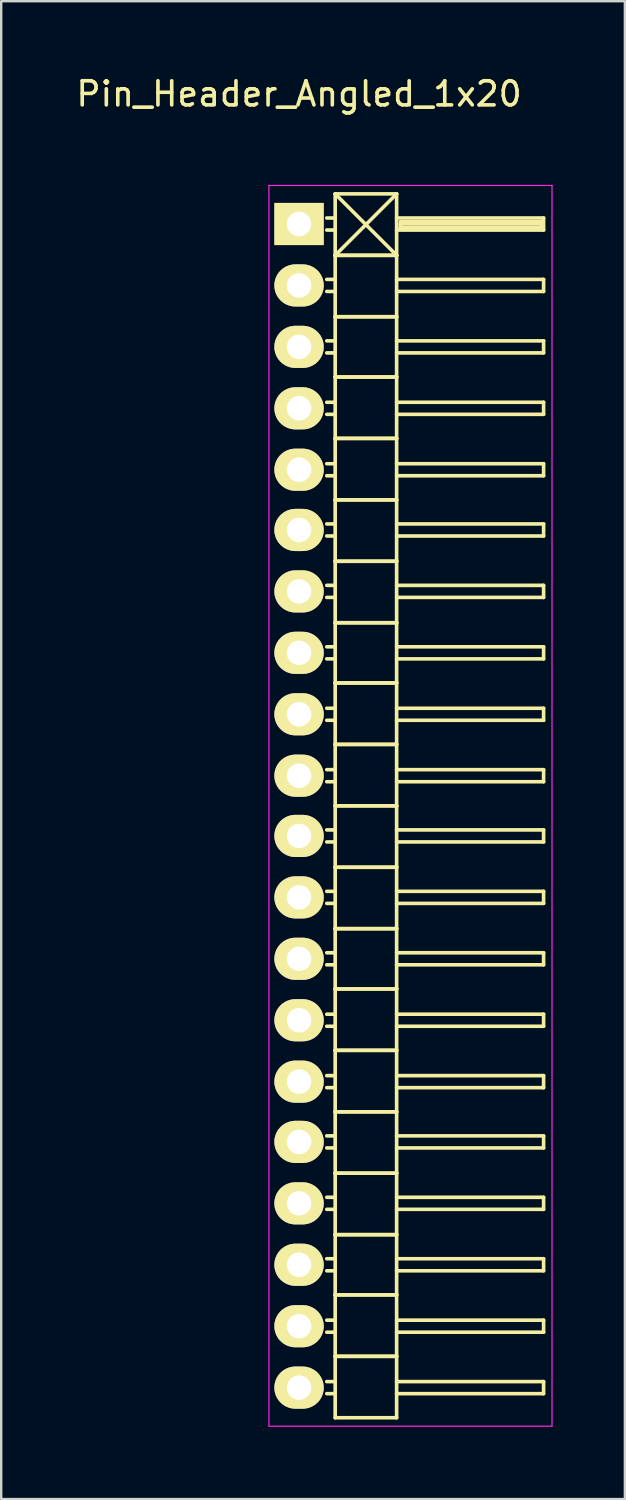
<source format=kicad_pcb>
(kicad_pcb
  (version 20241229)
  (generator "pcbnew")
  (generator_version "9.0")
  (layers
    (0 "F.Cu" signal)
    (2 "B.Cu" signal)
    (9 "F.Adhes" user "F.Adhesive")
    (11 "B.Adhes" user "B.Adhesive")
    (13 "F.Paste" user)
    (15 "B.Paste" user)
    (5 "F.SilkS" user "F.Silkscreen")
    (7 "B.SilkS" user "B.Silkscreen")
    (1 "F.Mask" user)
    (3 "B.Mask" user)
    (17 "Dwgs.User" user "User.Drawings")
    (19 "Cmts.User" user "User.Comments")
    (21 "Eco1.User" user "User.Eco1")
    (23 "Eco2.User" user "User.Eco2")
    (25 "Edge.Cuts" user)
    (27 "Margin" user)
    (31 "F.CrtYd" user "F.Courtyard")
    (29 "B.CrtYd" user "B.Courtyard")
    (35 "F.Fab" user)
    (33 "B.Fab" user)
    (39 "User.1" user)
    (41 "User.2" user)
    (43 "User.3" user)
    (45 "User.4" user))
  (footprint "Pin_Header_Angled_1x20"
    (layer "F.Cu")
    (at 9.363 6.248)
    (property "Reference" "Pin_Header_Angled_1x20" (at 0 -5.4 0) (layer "F.SilkS") (effects (font (size 1 1) (thickness 0.15))))
    (attr through_hole)
    (fp_line (start 1.5 -1.25) (end 1.5 1.3) (stroke (width 0.15) (type solid)) (layer "F.SilkS"))
    (fp_line (start 1.5 -1.25) (end 4.05 -1.25) (stroke (width 0.15) (type solid)) (layer "F.SilkS"))
    (fp_line (start 1.5 -0.25) (end 1.15 -0.25) (stroke (width 0.15) (type solid)) (layer "F.SilkS"))
    (fp_line (start 1.5 0.25) (end 1.15 0.25) (stroke (width 0.15) (type solid)) (layer "F.SilkS"))
    (fp_line (start 1.5 1.3) (end 1.5 3.85) (stroke (width 0.15) (type solid)) (layer "F.SilkS"))
    (fp_line (start 1.5 1.3) (end 4.05 1.3) (stroke (width 0.15) (type solid)) (layer "F.SilkS"))
    (fp_line (start 1.5 1.3) (end 4.05 1.3) (stroke (width 0.15) (type solid)) (layer "F.SilkS"))
    (fp_line (start 1.5 2.3) (end 1.15 2.3) (stroke (width 0.15) (type solid)) (layer "F.SilkS"))
    (fp_line (start 1.5 2.8) (end 1.15 2.8) (stroke (width 0.15) (type solid)) (layer "F.SilkS"))
    (fp_line (start 1.5 3.85) (end 1.5 6.35) (stroke (width 0.15) (type solid)) (layer "F.SilkS"))
    (fp_line (start 1.5 3.85) (end 4.05 3.85) (stroke (width 0.15) (type solid)) (layer "F.SilkS"))
    (fp_line (start 1.5 3.85) (end 4.05 3.85) (stroke (width 0.15) (type solid)) (layer "F.SilkS"))
    (fp_line (start 1.5 4.85) (end 1.15 4.85) (stroke (width 0.15) (type solid)) (layer "F.SilkS"))
    (fp_line (start 1.5 5.35) (end 1.15 5.35) (stroke (width 0.15) (type solid)) (layer "F.SilkS"))
    (fp_line (start 1.5 6.35) (end 1.5 8.9) (stroke (width 0.15) (type solid)) (layer "F.SilkS"))
    (fp_line (start 1.5 6.35) (end 4.05 6.35) (stroke (width 0.15) (type solid)) (layer "F.SilkS"))
    (fp_line (start 1.5 6.35) (end 4.05 6.35) (stroke (width 0.15) (type solid)) (layer "F.SilkS"))
    (fp_line (start 1.5 7.4) (end 1.15 7.4) (stroke (width 0.15) (type solid)) (layer "F.SilkS"))
    (fp_line (start 1.5 7.9) (end 1.15 7.9) (stroke (width 0.15) (type solid)) (layer "F.SilkS"))
    (fp_line (start 1.5 8.9) (end 1.5 11.45) (stroke (width 0.15) (type solid)) (layer "F.SilkS"))
    (fp_line (start 1.5 8.9) (end 4.05 8.9) (stroke (width 0.15) (type solid)) (layer "F.SilkS"))
    (fp_line (start 1.5 8.9) (end 4.05 8.9) (stroke (width 0.15) (type solid)) (layer "F.SilkS"))
    (fp_line (start 1.5 9.95) (end 1.15 9.95) (stroke (width 0.15) (type solid)) (layer "F.SilkS"))
    (fp_line (start 1.5 10.45) (end 1.15 10.45) (stroke (width 0.15) (type solid)) (layer "F.SilkS"))
    (fp_line (start 1.5 11.45) (end 1.5 14) (stroke (width 0.15) (type solid)) (layer "F.SilkS"))
    (fp_line (start 1.5 11.45) (end 4.05 11.45) (stroke (width 0.15) (type solid)) (layer "F.SilkS"))
    (fp_line (start 1.5 11.45) (end 4.05 11.45) (stroke (width 0.15) (type solid)) (layer "F.SilkS"))
    (fp_line (start 1.5 12.45) (end 1.15 12.45) (stroke (width 0.15) (type solid)) (layer "F.SilkS"))
    (fp_line (start 1.5 12.95) (end 1.15 12.95) (stroke (width 0.15) (type solid)) (layer "F.SilkS"))
    (fp_line (start 1.5 14) (end 1.5 16.55) (stroke (width 0.15) (type solid)) (layer "F.SilkS"))
    (fp_line (start 1.5 14) (end 4.05 14) (stroke (width 0.15) (type solid)) (layer "F.SilkS"))
    (fp_line (start 1.5 14) (end 4.05 14) (stroke (width 0.15) (type solid)) (layer "F.SilkS"))
    (fp_line (start 1.5 15) (end 1.15 15) (stroke (width 0.15) (type solid)) (layer "F.SilkS"))
    (fp_line (start 1.5 15.5) (end 1.15 15.5) (stroke (width 0.15) (type solid)) (layer "F.SilkS"))
    (fp_line (start 1.5 16.55) (end 1.5 19.05) (stroke (width 0.15) (type solid)) (layer "F.SilkS"))
    (fp_line (start 1.5 16.55) (end 4.05 16.55) (stroke (width 0.15) (type solid)) (layer "F.SilkS"))
    (fp_line (start 1.5 16.55) (end 4.05 16.55) (stroke (width 0.15) (type solid)) (layer "F.SilkS"))
    (fp_line (start 1.5 17.55) (end 1.15 17.55) (stroke (width 0.15) (type solid)) (layer "F.SilkS"))
    (fp_line (start 1.5 18.05) (end 1.15 18.05) (stroke (width 0.15) (type solid)) (layer "F.SilkS"))
    (fp_line (start 1.5 19.05) (end 1.5 21.6) (stroke (width 0.15) (type solid)) (layer "F.SilkS"))
    (fp_line (start 1.5 19.05) (end 4.05 19.05) (stroke (width 0.15) (type solid)) (layer "F.SilkS"))
    (fp_line (start 1.5 19.05) (end 4.05 19.05) (stroke (width 0.15) (type solid)) (layer "F.SilkS"))
    (fp_line (start 1.5 20.1) (end 1.15 20.1) (stroke (width 0.15) (type solid)) (layer "F.SilkS"))
    (fp_line (start 1.5 20.6) (end 1.15 20.6) (stroke (width 0.15) (type solid)) (layer "F.SilkS"))
    (fp_line (start 1.5 21.6) (end 1.5 24.15) (stroke (width 0.15) (type solid)) (layer "F.SilkS"))
    (fp_line (start 1.5 21.6) (end 4.05 21.6) (stroke (width 0.15) (type solid)) (layer "F.SilkS"))
    (fp_line (start 1.5 21.6) (end 4.05 21.6) (stroke (width 0.15) (type solid)) (layer "F.SilkS"))
    (fp_line (start 1.5 22.65) (end 1.15 22.65) (stroke (width 0.15) (type solid)) (layer "F.SilkS"))
    (fp_line (start 1.5 23.15) (end 1.15 23.15) (stroke (width 0.15) (type solid)) (layer "F.SilkS"))
    (fp_line (start 1.5 24.15) (end 1.5 26.7) (stroke (width 0.15) (type solid)) (layer "F.SilkS"))
    (fp_line (start 1.5 24.15) (end 4.05 24.15) (stroke (width 0.15) (type solid)) (layer "F.SilkS"))
    (fp_line (start 1.5 24.15) (end 4.05 24.15) (stroke (width 0.15) (type solid)) (layer "F.SilkS"))
    (fp_line (start 1.5 25.15) (end 1.15 25.15) (stroke (width 0.15) (type solid)) (layer "F.SilkS"))
    (fp_line (start 1.5 25.65) (end 1.15 25.65) (stroke (width 0.15) (type solid)) (layer "F.SilkS"))
    (fp_line (start 1.5 26.7) (end 1.5 29.25) (stroke (width 0.15) (type solid)) (layer "F.SilkS"))
    (fp_line (start 1.5 26.7) (end 4.05 26.7) (stroke (width 0.15) (type solid)) (layer "F.SilkS"))
    (fp_line (start 1.5 26.7) (end 4.05 26.7) (stroke (width 0.15) (type solid)) (layer "F.SilkS"))
    (fp_line (start 1.5 27.7) (end 1.15 27.7) (stroke (width 0.15) (type solid)) (layer "F.SilkS"))
    (fp_line (start 1.5 28.2) (end 1.15 28.2) (stroke (width 0.15) (type solid)) (layer "F.SilkS"))
    (fp_line (start 1.5 29.25) (end 1.5 31.75) (stroke (width 0.15) (type solid)) (layer "F.SilkS"))
    (fp_line (start 1.5 29.25) (end 4.05 29.25) (stroke (width 0.15) (type solid)) (layer "F.SilkS"))
    (fp_line (start 1.5 29.25) (end 4.05 29.25) (stroke (width 0.15) (type solid)) (layer "F.SilkS"))
    (fp_line (start 1.5 30.25) (end 1.15 30.25) (stroke (width 0.15) (type solid)) (layer "F.SilkS"))
    (fp_line (start 1.5 30.75) (end 1.15 30.75) (stroke (width 0.15) (type solid)) (layer "F.SilkS"))
    (fp_line (start 1.5 31.75) (end 1.5 34.3) (stroke (width 0.15) (type solid)) (layer "F.SilkS"))
    (fp_line (start 1.5 31.75) (end 4.05 31.75) (stroke (width 0.15) (type solid)) (layer "F.SilkS"))
    (fp_line (start 1.5 31.75) (end 4.05 31.75) (stroke (width 0.15) (type solid)) (layer "F.SilkS"))
    (fp_line (start 1.5 32.8) (end 1.15 32.8) (stroke (width 0.15) (type solid)) (layer "F.SilkS"))
    (fp_line (start 1.5 33.3) (end 1.15 33.3) (stroke (width 0.15) (type solid)) (layer "F.SilkS"))
    (fp_line (start 1.5 34.3) (end 1.5 36.85) (stroke (width 0.15) (type solid)) (layer "F.SilkS"))
    (fp_line (start 1.5 34.3) (end 4.05 34.3) (stroke (width 0.15) (type solid)) (layer "F.SilkS"))
    (fp_line (start 1.5 34.3) (end 4.05 34.3) (stroke (width 0.15) (type solid)) (layer "F.SilkS"))
    (fp_line (start 1.5 35.35) (end 1.15 35.35) (stroke (width 0.15) (type solid)) (layer "F.SilkS"))
    (fp_line (start 1.5 35.85) (end 1.15 35.85) (stroke (width 0.15) (type solid)) (layer "F.SilkS"))
    (fp_line (start 1.5 36.85) (end 1.5 39.4) (stroke (width 0.15) (type solid)) (layer "F.SilkS"))
    (fp_line (start 1.5 36.85) (end 4.05 36.85) (stroke (width 0.15) (type solid)) (layer "F.SilkS"))
    (fp_line (start 1.5 36.85) (end 4.05 36.85) (stroke (width 0.15) (type solid)) (layer "F.SilkS"))
    (fp_line (start 1.5 37.85) (end 1.15 37.85) (stroke (width 0.15) (type solid)) (layer "F.SilkS"))
    (fp_line (start 1.5 38.35) (end 1.15 38.35) (stroke (width 0.15) (type solid)) (layer "F.SilkS"))
    (fp_line (start 1.5 39.4) (end 1.5 41.95) (stroke (width 0.15) (type solid)) (layer "F.SilkS"))
    (fp_line (start 1.5 39.4) (end 4.05 39.4) (stroke (width 0.15) (type solid)) (layer "F.SilkS"))
    (fp_line (start 1.5 39.4) (end 4.05 39.4) (stroke (width 0.15) (type solid)) (layer "F.SilkS"))
    (fp_line (start 1.5 40.4) (end 1.15 40.4) (stroke (width 0.15) (type solid)) (layer "F.SilkS"))
    (fp_line (start 1.5 40.9) (end 1.15 40.9) (stroke (width 0.15) (type solid)) (layer "F.SilkS"))
    (fp_line (start 1.5 41.95) (end 1.5 44.45) (stroke (width 0.15) (type solid)) (layer "F.SilkS"))
    (fp_line (start 1.5 41.95) (end 4.05 41.95) (stroke (width 0.15) (type solid)) (layer "F.SilkS"))
    (fp_line (start 1.5 41.95) (end 4.05 41.95) (stroke (width 0.15) (type solid)) (layer "F.SilkS"))
    (fp_line (start 1.5 42.95) (end 1.15 42.95) (stroke (width 0.15) (type solid)) (layer "F.SilkS"))
    (fp_line (start 1.5 43.45) (end 1.15 43.45) (stroke (width 0.15) (type solid)) (layer "F.SilkS"))
    (fp_line (start 1.5 44.45) (end 1.5 47) (stroke (width 0.15) (type solid)) (layer "F.SilkS"))
    (fp_line (start 1.5 44.45) (end 4.05 44.45) (stroke (width 0.15) (type solid)) (layer "F.SilkS"))
    (fp_line (start 1.5 44.45) (end 4.05 44.45) (stroke (width 0.15) (type solid)) (layer "F.SilkS"))
    (fp_line (start 1.5 45.5) (end 1.15 45.5) (stroke (width 0.15) (type solid)) (layer "F.SilkS"))
    (fp_line (start 1.5 46) (end 1.15 46) (stroke (width 0.15) (type solid)) (layer "F.SilkS"))
    (fp_line (start 1.5 47) (end 1.5 49.55) (stroke (width 0.15) (type solid)) (layer "F.SilkS"))
    (fp_line (start 1.5 47) (end 4.05 47) (stroke (width 0.15) (type solid)) (layer "F.SilkS"))
    (fp_line (start 1.5 47) (end 4.05 47) (stroke (width 0.15) (type solid)) (layer "F.SilkS"))
    (fp_line (start 1.5 48.05) (end 1.15 48.05) (stroke (width 0.15) (type solid)) (layer "F.SilkS"))
    (fp_line (start 1.5 48.55) (end 1.15 48.55) (stroke (width 0.15) (type solid)) (layer "F.SilkS"))
    (fp_line (start 1.5 49.55) (end 4.05 49.55) (stroke (width 0.15) (type solid)) (layer "F.SilkS"))
    (fp_line (start 4.05 -1.25) (end 1.5 1.3) (stroke (width 0.15) (type solid)) (layer "F.SilkS"))
    (fp_line (start 4.05 -0.25) (end 10.15 -0.25) (stroke (width 0.15) (type solid)) (layer "F.SilkS"))
    (fp_line (start 4.05 1.3) (end 1.5 -1.25) (stroke (width 0.15) (type solid)) (layer "F.SilkS"))
    (fp_line (start 4.05 1.3) (end 4.05 -1.25) (stroke (width 0.15) (type solid)) (layer "F.SilkS"))
    (fp_line (start 4.05 2.3) (end 10.15 2.3) (stroke (width 0.15) (type solid)) (layer "F.SilkS"))
    (fp_line (start 4.05 3.85) (end 4.05 1.3) (stroke (width 0.15) (type solid)) (layer "F.SilkS"))
    (fp_line (start 4.05 4.85) (end 10.15 4.85) (stroke (width 0.15) (type solid)) (layer "F.SilkS"))
    (fp_line (start 4.05 6.35) (end 4.05 3.85) (stroke (width 0.15) (type solid)) (layer "F.SilkS"))
    (fp_line (start 4.05 7.4) (end 10.15 7.4) (stroke (width 0.15) (type solid)) (layer "F.SilkS"))
    (fp_line (start 4.05 8.9) (end 4.05 6.35) (stroke (width 0.15) (type solid)) (layer "F.SilkS"))
    (fp_line (start 4.05 9.95) (end 10.15 9.95) (stroke (width 0.15) (type solid)) (layer "F.SilkS"))
    (fp_line (start 4.05 11.45) (end 4.05 8.9) (stroke (width 0.15) (type solid)) (layer "F.SilkS"))
    (fp_line (start 4.05 12.45) (end 10.15 12.45) (stroke (width 0.15) (type solid)) (layer "F.SilkS"))
    (fp_line (start 4.05 14) (end 4.05 11.45) (stroke (width 0.15) (type solid)) (layer "F.SilkS"))
    (fp_line (start 4.05 15) (end 10.15 15) (stroke (width 0.15) (type solid)) (layer "F.SilkS"))
    (fp_line (start 4.05 16.55) (end 4.05 14) (stroke (width 0.15) (type solid)) (layer "F.SilkS"))
    (fp_line (start 4.05 17.55) (end 10.15 17.55) (stroke (width 0.15) (type solid)) (layer "F.SilkS"))
    (fp_line (start 4.05 19.05) (end 4.05 16.55) (stroke (width 0.15) (type solid)) (layer "F.SilkS"))
    (fp_line (start 4.05 20.1) (end 10.15 20.1) (stroke (width 0.15) (type solid)) (layer "F.SilkS"))
    (fp_line (start 4.05 21.6) (end 4.05 19.05) (stroke (width 0.15) (type solid)) (layer "F.SilkS"))
    (fp_line (start 4.05 22.65) (end 10.15 22.65) (stroke (width 0.15) (type solid)) (layer "F.SilkS"))
    (fp_line (start 4.05 24.15) (end 4.05 21.6) (stroke (width 0.15) (type solid)) (layer "F.SilkS"))
    (fp_line (start 4.05 25.15) (end 10.15 25.15) (stroke (width 0.15) (type solid)) (layer "F.SilkS"))
    (fp_line (start 4.05 26.7) (end 4.05 24.15) (stroke (width 0.15) (type solid)) (layer "F.SilkS"))
    (fp_line (start 4.05 27.7) (end 10.15 27.7) (stroke (width 0.15) (type solid)) (layer "F.SilkS"))
    (fp_line (start 4.05 29.25) (end 4.05 26.7) (stroke (width 0.15) (type solid)) (layer "F.SilkS"))
    (fp_line (start 4.05 30.25) (end 10.15 30.25) (stroke (width 0.15) (type solid)) (layer "F.SilkS"))
    (fp_line (start 4.05 31.75) (end 4.05 29.25) (stroke (width 0.15) (type solid)) (layer "F.SilkS"))
    (fp_line (start 4.05 32.8) (end 10.15 32.8) (stroke (width 0.15) (type solid)) (layer "F.SilkS"))
    (fp_line (start 4.05 34.3) (end 4.05 31.75) (stroke (width 0.15) (type solid)) (layer "F.SilkS"))
    (fp_line (start 4.05 35.35) (end 10.15 35.35) (stroke (width 0.15) (type solid)) (layer "F.SilkS"))
    (fp_line (start 4.05 36.85) (end 4.05 34.3) (stroke (width 0.15) (type solid)) (layer "F.SilkS"))
    (fp_line (start 4.05 37.85) (end 10.15 37.85) (stroke (width 0.15) (type solid)) (layer "F.SilkS"))
    (fp_line (start 4.05 39.4) (end 4.05 36.85) (stroke (width 0.15) (type solid)) (layer "F.SilkS"))
    (fp_line (start 4.05 40.4) (end 10.15 40.4) (stroke (width 0.15) (type solid)) (layer "F.SilkS"))
    (fp_line (start 4.05 41.95) (end 4.05 39.4) (stroke (width 0.15) (type solid)) (layer "F.SilkS"))
    (fp_line (start 4.05 42.95) (end 10.15 42.95) (stroke (width 0.15) (type solid)) (layer "F.SilkS"))
    (fp_line (start 4.05 44.45) (end 4.05 41.95) (stroke (width 0.15) (type solid)) (layer "F.SilkS"))
    (fp_line (start 4.05 45.5) (end 10.15 45.5) (stroke (width 0.15) (type solid)) (layer "F.SilkS"))
    (fp_line (start 4.05 47) (end 4.05 44.45) (stroke (width 0.15) (type solid)) (layer "F.SilkS"))
    (fp_line (start 4.05 48.05) (end 10.15 48.05) (stroke (width 0.15) (type solid)) (layer "F.SilkS"))
    (fp_line (start 4.05 49.55) (end 4.05 47) (stroke (width 0.15) (type solid)) (layer "F.SilkS"))
    (fp_line (start 4.2 -0.1) (end 10.05 -0.1) (stroke (width 0.15) (type solid)) (layer "F.SilkS"))
    (fp_line (start 4.2 0) (end 10.05 0) (stroke (width 0.15) (type solid)) (layer "F.SilkS"))
    (fp_line (start 4.2 0.15) (end 4.2 0) (stroke (width 0.15) (type solid)) (layer "F.SilkS"))
    (fp_line (start 10.05 -0.1) (end 10.05 0.15) (stroke (width 0.15) (type solid)) (layer "F.SilkS"))
    (fp_line (start 10.05 0.15) (end 4.2 0.15) (stroke (width 0.15) (type solid)) (layer "F.SilkS"))
    (fp_line (start 10.15 -0.25) (end 10.15 0.25) (stroke (width 0.15) (type solid)) (layer "F.SilkS"))
    (fp_line (start 10.15 0.25) (end 4.05 0.25) (stroke (width 0.15) (type solid)) (layer "F.SilkS"))
    (fp_line (start 10.15 2.3) (end 10.15 2.8) (stroke (width 0.15) (type solid)) (layer "F.SilkS"))
    (fp_line (start 10.15 2.8) (end 4.05 2.8) (stroke (width 0.15) (type solid)) (layer "F.SilkS"))
    (fp_line (start 10.15 4.85) (end 10.15 5.35) (stroke (width 0.15) (type solid)) (layer "F.SilkS"))
    (fp_line (start 10.15 5.35) (end 4.05 5.35) (stroke (width 0.15) (type solid)) (layer "F.SilkS"))
    (fp_line (start 10.15 7.4) (end 10.15 7.9) (stroke (width 0.15) (type solid)) (layer "F.SilkS"))
    (fp_line (start 10.15 7.9) (end 4.05 7.9) (stroke (width 0.15) (type solid)) (layer "F.SilkS"))
    (fp_line (start 10.15 9.95) (end 10.15 10.45) (stroke (width 0.15) (type solid)) (layer "F.SilkS"))
    (fp_line (start 10.15 10.45) (end 4.05 10.45) (stroke (width 0.15) (type solid)) (layer "F.SilkS"))
    (fp_line (start 10.15 12.45) (end 10.15 12.95) (stroke (width 0.15) (type solid)) (layer "F.SilkS"))
    (fp_line (start 10.15 12.95) (end 4.05 12.95) (stroke (width 0.15) (type solid)) (layer "F.SilkS"))
    (fp_line (start 10.15 15) (end 10.15 15.5) (stroke (width 0.15) (type solid)) (layer "F.SilkS"))
    (fp_line (start 10.15 15.5) (end 4.05 15.5) (stroke (width 0.15) (type solid)) (layer "F.SilkS"))
    (fp_line (start 10.15 17.55) (end 10.15 18.05) (stroke (width 0.15) (type solid)) (layer "F.SilkS"))
    (fp_line (start 10.15 18.05) (end 4.05 18.05) (stroke (width 0.15) (type solid)) (layer "F.SilkS"))
    (fp_line (start 10.15 20.1) (end 10.15 20.6) (stroke (width 0.15) (type solid)) (layer "F.SilkS"))
    (fp_line (start 10.15 20.6) (end 4.05 20.6) (stroke (width 0.15) (type solid)) (layer "F.SilkS"))
    (fp_line (start 10.15 22.65) (end 10.15 23.15) (stroke (width 0.15) (type solid)) (layer "F.SilkS"))
    (fp_line (start 10.15 23.15) (end 4.05 23.15) (stroke (width 0.15) (type solid)) (layer "F.SilkS"))
    (fp_line (start 10.15 25.15) (end 10.15 25.65) (stroke (width 0.15) (type solid)) (layer "F.SilkS"))
    (fp_line (start 10.15 25.65) (end 4.05 25.65) (stroke (width 0.15) (type solid)) (layer "F.SilkS"))
    (fp_line (start 10.15 27.7) (end 10.15 28.2) (stroke (width 0.15) (type solid)) (layer "F.SilkS"))
    (fp_line (start 10.15 28.2) (end 4.05 28.2) (stroke (width 0.15) (type solid)) (layer "F.SilkS"))
    (fp_line (start 10.15 30.25) (end 10.15 30.75) (stroke (width 0.15) (type solid)) (layer "F.SilkS"))
    (fp_line (start 10.15 30.75) (end 4.05 30.75) (stroke (width 0.15) (type solid)) (layer "F.SilkS"))
    (fp_line (start 10.15 32.8) (end 10.15 33.3) (stroke (width 0.15) (type solid)) (layer "F.SilkS"))
    (fp_line (start 10.15 33.3) (end 4.05 33.3) (stroke (width 0.15) (type solid)) (layer "F.SilkS"))
    (fp_line (start 10.15 35.35) (end 10.15 35.85) (stroke (width 0.15) (type solid)) (layer "F.SilkS"))
    (fp_line (start 10.15 35.85) (end 4.05 35.85) (stroke (width 0.15) (type solid)) (layer "F.SilkS"))
    (fp_line (start 10.15 37.85) (end 10.15 38.35) (stroke (width 0.15) (type solid)) (layer "F.SilkS"))
    (fp_line (start 10.15 38.35) (end 4.05 38.35) (stroke (width 0.15) (type solid)) (layer "F.SilkS"))
    (fp_line (start 10.15 40.4) (end 10.15 40.9) (stroke (width 0.15) (type solid)) (layer "F.SilkS"))
    (fp_line (start 10.15 40.9) (end 4.05 40.9) (stroke (width 0.15) (type solid)) (layer "F.SilkS"))
    (fp_line (start 10.15 42.95) (end 10.15 43.45) (stroke (width 0.15) (type solid)) (layer "F.SilkS"))
    (fp_line (start 10.15 43.45) (end 4.05 43.45) (stroke (width 0.15) (type solid)) (layer "F.SilkS"))
    (fp_line (start 10.15 45.5) (end 10.15 46) (stroke (width 0.15) (type solid)) (layer "F.SilkS"))
    (fp_line (start 10.15 46) (end 4.05 46) (stroke (width 0.15) (type solid)) (layer "F.SilkS"))
    (fp_line (start 10.15 48.05) (end 10.15 48.55) (stroke (width 0.15) (type solid)) (layer "F.SilkS"))
    (fp_line (start 10.15 48.55) (end 4.05 48.55) (stroke (width 0.15) (type solid)) (layer "F.SilkS"))
    (fp_line (start -1.25 -1.6) (end -1.25 49.9) (stroke (width 0.05) (type solid)) (layer "F.CrtYd"))
    (fp_line (start -1.25 -1.6) (end 10.5 -1.6) (stroke (width 0.05) (type solid)) (layer "F.CrtYd"))
    (fp_line (start -1.25 49.9) (end 10.5 49.9) (stroke (width 0.05) (type solid)) (layer "F.CrtYd"))
    (fp_line (start 10.5 -1.6) (end 10.5 49.9) (stroke (width 0.05) (type solid)) (layer "F.CrtYd"))
    (pad "1" thru_hole rect (at 0 0) (size 2.05 1.75) (drill 1.016) (layers "*.Cu" "*.Mask" "F.SilkS"))
    (pad "2" thru_hole oval (at 0 2.55) (size 2.05 1.75) (drill 1.016) (layers "*.Cu" "*.Mask" "F.SilkS"))
    (pad "3" thru_hole oval (at 0 5.1) (size 2.05 1.75) (drill 1.016) (layers "*.Cu" "*.Mask" "F.SilkS"))
    (pad "4" thru_hole oval (at 0 7.65) (size 2.05 1.75) (drill 1.016) (layers "*.Cu" "*.Mask" "F.SilkS"))
    (pad "5" thru_hole oval (at 0 10.2) (size 2.05 1.75) (drill 1.016) (layers "*.Cu" "*.Mask" "F.SilkS"))
    (pad "6" thru_hole oval (at 0 12.7) (size 2.05 1.75) (drill 1.016) (layers "*.Cu" "*.Mask" "F.SilkS"))
    (pad "7" thru_hole oval (at 0 15.25) (size 2.05 1.75) (drill 1.016) (layers "*.Cu" "*.Mask" "F.SilkS"))
    (pad "8" thru_hole oval (at 0 17.8) (size 2.05 1.75) (drill 1.016) (layers "*.Cu" "*.Mask" "F.SilkS"))
    (pad "9" thru_hole oval (at 0 20.35) (size 2.05 1.75) (drill 1.016) (layers "*.Cu" "*.Mask" "F.SilkS"))
    (pad "10" thru_hole oval (at 0 22.9) (size 2.05 1.75) (drill 1.016) (layers "*.Cu" "*.Mask" "F.SilkS"))
    (pad "11" thru_hole oval (at 0 25.4) (size 2.05 1.75) (drill 1.016) (layers "*.Cu" "*.Mask" "F.SilkS"))
    (pad "12" thru_hole oval (at 0 27.95) (size 2.05 1.75) (drill 1.016) (layers "*.Cu" "*.Mask" "F.SilkS"))
    (pad "13" thru_hole oval (at 0 30.5) (size 2.05 1.75) (drill 1.016) (layers "*.Cu" "*.Mask" "F.SilkS"))
    (pad "14" thru_hole oval (at 0 33.05) (size 2.05 1.75) (drill 1.016) (layers "*.Cu" "*.Mask" "F.SilkS"))
    (pad "15" thru_hole oval (at 0 35.6) (size 2.05 1.75) (drill 1.016) (layers "*.Cu" "*.Mask" "F.SilkS"))
    (pad "16" thru_hole oval (at 0 38.1) (size 2.05 1.75) (drill 1.016) (layers "*.Cu" "*.Mask" "F.SilkS"))
    (pad "17" thru_hole oval (at 0 40.65) (size 2.05 1.75) (drill 1.016) (layers "*.Cu" "*.Mask" "F.SilkS"))
    (pad "18" thru_hole oval (at 0 43.2) (size 2.05 1.75) (drill 1.016) (layers "*.Cu" "*.Mask" "F.SilkS"))
    (pad "19" thru_hole oval (at 0 45.75) (size 2.05 1.75) (drill 1.016) (layers "*.Cu" "*.Mask" "F.SilkS"))
    (pad "20" thru_hole oval (at 0 48.3) (size 2.05 1.75) (drill 1.016) (layers "*.Cu" "*.Mask" "F.SilkS")))
  (gr_rect
    (start -3 -3)
    (end 22.888 59.173)
    (stroke (width 0.1) (type default))
    (fill no)
    (layer "Edge.Cuts")))
</source>
